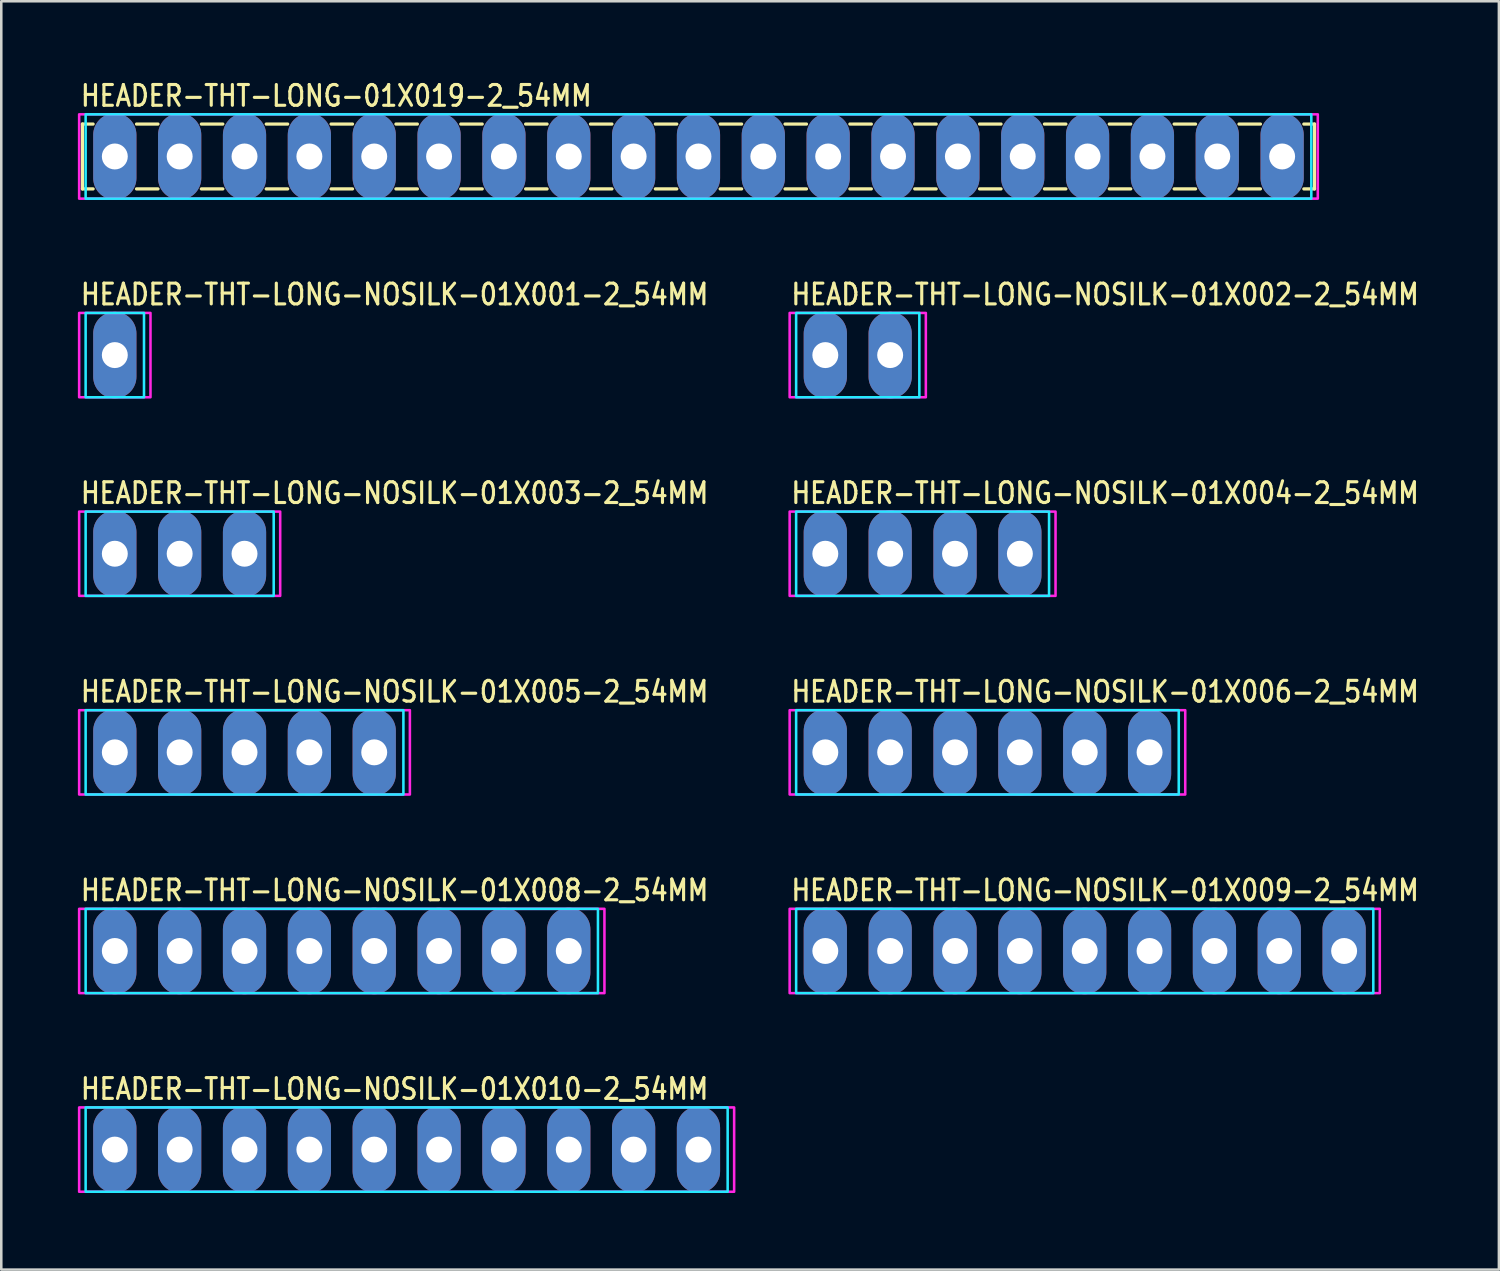
<source format=kicad_pcb>
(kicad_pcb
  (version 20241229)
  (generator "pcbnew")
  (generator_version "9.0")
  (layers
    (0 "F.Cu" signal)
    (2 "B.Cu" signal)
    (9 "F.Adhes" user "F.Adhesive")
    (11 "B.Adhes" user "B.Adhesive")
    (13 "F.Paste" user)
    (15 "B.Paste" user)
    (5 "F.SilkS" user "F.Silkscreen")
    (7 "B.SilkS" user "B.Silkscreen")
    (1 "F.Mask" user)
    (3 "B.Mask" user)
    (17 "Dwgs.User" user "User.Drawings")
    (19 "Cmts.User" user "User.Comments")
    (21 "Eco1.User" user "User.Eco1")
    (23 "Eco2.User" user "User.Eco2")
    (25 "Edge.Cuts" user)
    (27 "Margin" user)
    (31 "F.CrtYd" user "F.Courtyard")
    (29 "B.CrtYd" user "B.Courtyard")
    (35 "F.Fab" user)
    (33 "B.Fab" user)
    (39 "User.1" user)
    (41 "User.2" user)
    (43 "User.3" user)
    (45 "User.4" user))
  (footprint "HEADER-THT-LONG-NOSILK-01X003-2_54MM"
    (layer "F.Cu")
    (at 1.447 18.638)
    (property "Reference" "HEADER-THT-LONG-NOSILK-01X003-2_54MM" (at -1.4 -1.9 0) (unlocked yes) (layer "F.SilkS") (effects (font (size 0.813 0.695) (thickness 0.122)) (justify left bottom)))
    (fp_poly (pts (xy -1.143 -1.651) (xy 6.223 -1.651) (xy 6.223 1.651) (xy -1.143 1.651)) (stroke (width 0.1) (type solid)) (fill no) (layer "B.CrtYd"))
    (fp_poly (pts (xy -1.397 -1.651) (xy 6.477 -1.651) (xy 6.477 1.651) (xy -1.397 1.651)) (stroke (width 0.1) (type solid)) (fill no) (layer "F.CrtYd"))
    (pad "P$1" thru_hole oval (at 0 0 90) (size 3.387 1.693) (drill 1.016) (layers "*.Cu" "*.Mask"))
    (pad "P$2" thru_hole oval (at 2.54 0 90) (size 3.387 1.693) (drill 1.016) (layers "*.Cu" "*.Mask"))
    (pad "P$3" thru_hole oval (at 5.08 0 90) (size 3.387 1.693) (drill 1.016) (layers "*.Cu" "*.Mask")))
  (footprint "HEADER-THT-LONG-NOSILK-01X006-2_54MM"
    (layer "F.Cu")
    (at 29.275 26.417)
    (property "Reference" "HEADER-THT-LONG-NOSILK-01X006-2_54MM" (at -1.4 -1.9 0) (unlocked yes) (layer "F.SilkS") (effects (font (size 0.813 0.695) (thickness 0.122)) (justify left bottom)))
    (fp_poly (pts (xy -1.143 -1.651) (xy 13.843 -1.651) (xy 13.843 1.651) (xy -1.143 1.651)) (stroke (width 0.1) (type solid)) (fill no) (layer "B.CrtYd"))
    (fp_poly (pts (xy -1.397 -1.651) (xy 14.097 -1.651) (xy 14.097 1.651) (xy -1.397 1.651)) (stroke (width 0.1) (type solid)) (fill no) (layer "F.CrtYd"))
    (pad "P$1" thru_hole oval (at 0 0 90) (size 3.387 1.693) (drill 1.016) (layers "*.Cu" "*.Mask"))
    (pad "P$2" thru_hole oval (at 2.54 0 90) (size 3.387 1.693) (drill 1.016) (layers "*.Cu" "*.Mask"))
    (pad "P$3" thru_hole oval (at 5.08 0 90) (size 3.387 1.693) (drill 1.016) (layers "*.Cu" "*.Mask"))
    (pad "P$4" thru_hole oval (at 7.62 0 90) (size 3.387 1.693) (drill 1.016) (layers "*.Cu" "*.Mask"))
    (pad "P$5" thru_hole oval (at 10.16 0 90) (size 3.387 1.693) (drill 1.016) (layers "*.Cu" "*.Mask"))
    (pad "P$6" thru_hole oval (at 12.7 0 90) (size 3.387 1.693) (drill 1.016) (layers "*.Cu" "*.Mask")))
  (footprint "HEADER-THT-LONG-NOSILK-01X001-2_54MM"
    (layer "F.Cu")
    (at 1.447 10.858)
    (property "Reference" "HEADER-THT-LONG-NOSILK-01X001-2_54MM" (at -1.4 -1.9 0) (unlocked yes) (layer "F.SilkS") (effects (font (size 0.813 0.695) (thickness 0.122)) (justify left bottom)))
    (fp_poly (pts (xy -1.143 -1.651) (xy 1.143 -1.651) (xy 1.143 1.651) (xy -1.143 1.651)) (stroke (width 0.1) (type solid)) (fill no) (layer "B.CrtYd"))
    (fp_poly (pts (xy -1.397 -1.651) (xy 1.397 -1.651) (xy 1.397 1.651) (xy -1.397 1.651)) (stroke (width 0.1) (type solid)) (fill no) (layer "F.CrtYd"))
    (pad "P$1" thru_hole oval (at 0 0 90) (size 3.387 1.693) (drill 1.016) (layers "*.Cu" "*.Mask")))
  (footprint "HEADER-THT-LONG-NOSILK-01X002-2_54MM"
    (layer "F.Cu")
    (at 29.275 10.858)
    (property "Reference" "HEADER-THT-LONG-NOSILK-01X002-2_54MM" (at -1.4 -1.9 0) (unlocked yes) (layer "F.SilkS") (effects (font (size 0.813 0.695) (thickness 0.122)) (justify left bottom)))
    (fp_poly (pts (xy -1.143 -1.651) (xy 3.683 -1.651) (xy 3.683 1.651) (xy -1.143 1.651)) (stroke (width 0.1) (type solid)) (fill no) (layer "B.CrtYd"))
    (fp_poly (pts (xy -1.397 -1.651) (xy 3.937 -1.651) (xy 3.937 1.651) (xy -1.397 1.651)) (stroke (width 0.1) (type solid)) (fill no) (layer "F.CrtYd"))
    (pad "P$1" thru_hole oval (at 0 0 90) (size 3.387 1.693) (drill 1.016) (layers "*.Cu" "*.Mask"))
    (pad "P$2" thru_hole oval (at 2.54 0 90) (size 3.387 1.693) (drill 1.016) (layers "*.Cu" "*.Mask")))
  (footprint "HEADER-THT-LONG-NOSILK-01X008-2_54MM"
    (layer "F.Cu")
    (at 1.447 34.197)
    (property "Reference" "HEADER-THT-LONG-NOSILK-01X008-2_54MM" (at -1.4 -1.9 0) (unlocked yes) (layer "F.SilkS") (effects (font (size 0.813 0.695) (thickness 0.122)) (justify left bottom)))
    (fp_poly (pts (xy -1.143 -1.651) (xy 18.923 -1.651) (xy 18.923 1.651) (xy -1.143 1.651)) (stroke (width 0.1) (type solid)) (fill no) (layer "B.CrtYd"))
    (fp_poly (pts (xy -1.397 -1.651) (xy 19.177 -1.651) (xy 19.177 1.651) (xy -1.397 1.651)) (stroke (width 0.1) (type solid)) (fill no) (layer "F.CrtYd"))
    (pad "P$1" thru_hole oval (at 0 0 90) (size 3.387 1.693) (drill 1.016) (layers "*.Cu" "*.Mask"))
    (pad "P$2" thru_hole oval (at 2.54 0 90) (size 3.387 1.693) (drill 1.016) (layers "*.Cu" "*.Mask"))
    (pad "P$3" thru_hole oval (at 5.08 0 90) (size 3.387 1.693) (drill 1.016) (layers "*.Cu" "*.Mask"))
    (pad "P$4" thru_hole oval (at 7.62 0 90) (size 3.387 1.693) (drill 1.016) (layers "*.Cu" "*.Mask"))
    (pad "P$5" thru_hole oval (at 10.16 0 90) (size 3.387 1.693) (drill 1.016) (layers "*.Cu" "*.Mask"))
    (pad "P$6" thru_hole oval (at 12.7 0 90) (size 3.387 1.693) (drill 1.016) (layers "*.Cu" "*.Mask"))
    (pad "P$7" thru_hole oval (at 15.24 0 90) (size 3.387 1.693) (drill 1.016) (layers "*.Cu" "*.Mask"))
    (pad "P$8" thru_hole oval (at 17.78 0 90) (size 3.387 1.693) (drill 1.016) (layers "*.Cu" "*.Mask")))
  (footprint "HEADER-THT-LONG-NOSILK-01X010-2_54MM"
    (layer "F.Cu")
    (at 1.447 41.976)
    (property "Reference" "HEADER-THT-LONG-NOSILK-01X010-2_54MM" (at -1.4 -1.9 0) (unlocked yes) (layer "F.SilkS") (effects (font (size 0.813 0.695) (thickness 0.122)) (justify left bottom)))
    (fp_poly (pts (xy -1.143 -1.651) (xy 24.003 -1.651) (xy 24.003 1.651) (xy -1.143 1.651)) (stroke (width 0.1) (type solid)) (fill no) (layer "B.CrtYd"))
    (fp_poly (pts (xy -1.397 -1.651) (xy 24.257 -1.651) (xy 24.257 1.651) (xy -1.397 1.651)) (stroke (width 0.1) (type solid)) (fill no) (layer "F.CrtYd"))
    (pad "P$1" thru_hole oval (at 0 0 90) (size 3.387 1.693) (drill 1.016) (layers "*.Cu" "*.Mask"))
    (pad "P$2" thru_hole oval (at 2.54 0 90) (size 3.387 1.693) (drill 1.016) (layers "*.Cu" "*.Mask"))
    (pad "P$3" thru_hole oval (at 5.08 0 90) (size 3.387 1.693) (drill 1.016) (layers "*.Cu" "*.Mask"))
    (pad "P$4" thru_hole oval (at 7.62 0 90) (size 3.387 1.693) (drill 1.016) (layers "*.Cu" "*.Mask"))
    (pad "P$5" thru_hole oval (at 10.16 0 90) (size 3.387 1.693) (drill 1.016) (layers "*.Cu" "*.Mask"))
    (pad "P$6" thru_hole oval (at 12.7 0 90) (size 3.387 1.693) (drill 1.016) (layers "*.Cu" "*.Mask"))
    (pad "P$7" thru_hole oval (at 15.24 0 90) (size 3.387 1.693) (drill 1.016) (layers "*.Cu" "*.Mask"))
    (pad "P$8" thru_hole oval (at 17.78 0 90) (size 3.387 1.693) (drill 1.016) (layers "*.Cu" "*.Mask"))
    (pad "P$9" thru_hole oval (at 20.32 0 90) (size 3.387 1.693) (drill 1.016) (layers "*.Cu" "*.Mask"))
    (pad "P$10" thru_hole oval (at 22.86 0 90) (size 3.387 1.693) (drill 1.016) (layers "*.Cu" "*.Mask")))
  (footprint "HEADER-THT-LONG-NOSILK-01X009-2_54MM"
    (layer "F.Cu")
    (at 29.275 34.197)
    (property "Reference" "HEADER-THT-LONG-NOSILK-01X009-2_54MM" (at -1.4 -1.9 0) (unlocked yes) (layer "F.SilkS") (effects (font (size 0.813 0.695) (thickness 0.122)) (justify left bottom)))
    (fp_poly (pts (xy -1.143 -1.651) (xy 21.463 -1.651) (xy 21.463 1.651) (xy -1.143 1.651)) (stroke (width 0.1) (type solid)) (fill no) (layer "B.CrtYd"))
    (fp_poly (pts (xy -1.397 -1.651) (xy 21.717 -1.651) (xy 21.717 1.651) (xy -1.397 1.651)) (stroke (width 0.1) (type solid)) (fill no) (layer "F.CrtYd"))
    (pad "P$1" thru_hole oval (at 0 0 90) (size 3.387 1.693) (drill 1.016) (layers "*.Cu" "*.Mask"))
    (pad "P$2" thru_hole oval (at 2.54 0 90) (size 3.387 1.693) (drill 1.016) (layers "*.Cu" "*.Mask"))
    (pad "P$3" thru_hole oval (at 5.08 0 90) (size 3.387 1.693) (drill 1.016) (layers "*.Cu" "*.Mask"))
    (pad "P$4" thru_hole oval (at 7.62 0 90) (size 3.387 1.693) (drill 1.016) (layers "*.Cu" "*.Mask"))
    (pad "P$5" thru_hole oval (at 10.16 0 90) (size 3.387 1.693) (drill 1.016) (layers "*.Cu" "*.Mask"))
    (pad "P$6" thru_hole oval (at 12.7 0 90) (size 3.387 1.693) (drill 1.016) (layers "*.Cu" "*.Mask"))
    (pad "P$7" thru_hole oval (at 15.24 0 90) (size 3.387 1.693) (drill 1.016) (layers "*.Cu" "*.Mask"))
    (pad "P$8" thru_hole oval (at 17.78 0 90) (size 3.387 1.693) (drill 1.016) (layers "*.Cu" "*.Mask"))
    (pad "P$9" thru_hole oval (at 20.32 0 90) (size 3.387 1.693) (drill 1.016) (layers "*.Cu" "*.Mask")))
  (footprint "HEADER-THT-LONG-NOSILK-01X004-2_54MM"
    (layer "F.Cu")
    (at 29.275 18.638)
    (property "Reference" "HEADER-THT-LONG-NOSILK-01X004-2_54MM" (at -1.4 -1.9 0) (unlocked yes) (layer "F.SilkS") (effects (font (size 0.813 0.695) (thickness 0.122)) (justify left bottom)))
    (fp_poly (pts (xy -1.143 -1.651) (xy 8.763 -1.651) (xy 8.763 1.651) (xy -1.143 1.651)) (stroke (width 0.1) (type solid)) (fill no) (layer "B.CrtYd"))
    (fp_poly (pts (xy -1.397 -1.651) (xy 9.017 -1.651) (xy 9.017 1.651) (xy -1.397 1.651)) (stroke (width 0.1) (type solid)) (fill no) (layer "F.CrtYd"))
    (pad "P$1" thru_hole oval (at 0 0 90) (size 3.387 1.693) (drill 1.016) (layers "*.Cu" "*.Mask"))
    (pad "P$2" thru_hole oval (at 2.54 0 90) (size 3.387 1.693) (drill 1.016) (layers "*.Cu" "*.Mask"))
    (pad "P$3" thru_hole oval (at 5.08 0 90) (size 3.387 1.693) (drill 1.016) (layers "*.Cu" "*.Mask"))
    (pad "P$4" thru_hole oval (at 7.62 0 90) (size 3.387 1.693) (drill 1.016) (layers "*.Cu" "*.Mask")))
  (footprint "HEADER-THT-LONG-NOSILK-01X005-2_54MM"
    (layer "F.Cu")
    (at 1.447 26.417)
    (property "Reference" "HEADER-THT-LONG-NOSILK-01X005-2_54MM" (at -1.4 -1.9 0) (unlocked yes) (layer "F.SilkS") (effects (font (size 0.813 0.695) (thickness 0.122)) (justify left bottom)))
    (fp_poly (pts (xy -1.143 -1.651) (xy 11.303 -1.651) (xy 11.303 1.651) (xy -1.143 1.651)) (stroke (width 0.1) (type solid)) (fill no) (layer "B.CrtYd"))
    (fp_poly (pts (xy -1.397 -1.651) (xy 11.557 -1.651) (xy 11.557 1.651) (xy -1.397 1.651)) (stroke (width 0.1) (type solid)) (fill no) (layer "F.CrtYd"))
    (pad "P$1" thru_hole oval (at 0 0 90) (size 3.387 1.693) (drill 1.016) (layers "*.Cu" "*.Mask"))
    (pad "P$2" thru_hole oval (at 2.54 0 90) (size 3.387 1.693) (drill 1.016) (layers "*.Cu" "*.Mask"))
    (pad "P$3" thru_hole oval (at 5.08 0 90) (size 3.387 1.693) (drill 1.016) (layers "*.Cu" "*.Mask"))
    (pad "P$4" thru_hole oval (at 7.62 0 90) (size 3.387 1.693) (drill 1.016) (layers "*.Cu" "*.Mask"))
    (pad "P$5" thru_hole oval (at 10.16 0 90) (size 3.387 1.693) (drill 1.016) (layers "*.Cu" "*.Mask")))
  (footprint "HEADER-THT-LONG-01X019-2_54MM"
    (layer "F.Cu")
    (at 1.447 3.079)
    (property "Reference" "HEADER-THT-LONG-01X019-2_54MM" (at -1.4 -1.9 0) (unlocked yes) (layer "F.SilkS") (effects (font (size 0.813 0.695) (thickness 0.122)) (justify left bottom)))
    (fp_line (start -1.27 -1.27) (end -1.27 1.27) (stroke (width 0.127) (type solid)) (layer "F.SilkS"))
    (fp_line (start -1.27 1.27) (end -0.85 1.27) (stroke (width 0.127) (type solid)) (layer "F.SilkS"))
    (fp_line (start -0.85 -1.27) (end -1.27 -1.27) (stroke (width 0.127) (type solid)) (layer "F.SilkS"))
    (fp_line (start 0.85 -1.27) (end 1.69 -1.27) (stroke (width 0.127) (type solid)) (layer "F.SilkS"))
    (fp_line (start 0.85 1.27) (end 1.69 1.27) (stroke (width 0.127) (type solid)) (layer "F.SilkS"))
    (fp_line (start 3.39 -1.27) (end 4.23 -1.27) (stroke (width 0.127) (type solid)) (layer "F.SilkS"))
    (fp_line (start 3.39 1.27) (end 4.23 1.27) (stroke (width 0.127) (type solid)) (layer "F.SilkS"))
    (fp_line (start 5.93 -1.27) (end 6.77 -1.27) (stroke (width 0.127) (type solid)) (layer "F.SilkS"))
    (fp_line (start 5.93 1.27) (end 6.77 1.27) (stroke (width 0.127) (type solid)) (layer "F.SilkS"))
    (fp_line (start 8.47 -1.27) (end 9.31 -1.27) (stroke (width 0.127) (type solid)) (layer "F.SilkS"))
    (fp_line (start 8.47 1.27) (end 9.31 1.27) (stroke (width 0.127) (type solid)) (layer "F.SilkS"))
    (fp_line (start 11.01 -1.27) (end 11.85 -1.27) (stroke (width 0.127) (type solid)) (layer "F.SilkS"))
    (fp_line (start 11.01 1.27) (end 11.85 1.27) (stroke (width 0.127) (type solid)) (layer "F.SilkS"))
    (fp_line (start 13.55 -1.27) (end 14.39 -1.27) (stroke (width 0.127) (type solid)) (layer "F.SilkS"))
    (fp_line (start 13.55 1.27) (end 14.39 1.27) (stroke (width 0.127) (type solid)) (layer "F.SilkS"))
    (fp_line (start 16.09 -1.27) (end 16.93 -1.27) (stroke (width 0.127) (type solid)) (layer "F.SilkS"))
    (fp_line (start 16.09 1.27) (end 16.93 1.27) (stroke (width 0.127) (type solid)) (layer "F.SilkS"))
    (fp_line (start 18.63 -1.27) (end 19.47 -1.27) (stroke (width 0.127) (type solid)) (layer "F.SilkS"))
    (fp_line (start 18.63 1.27) (end 19.47 1.27) (stroke (width 0.127) (type solid)) (layer "F.SilkS"))
    (fp_line (start 21.17 -1.27) (end 22.01 -1.27) (stroke (width 0.127) (type solid)) (layer "F.SilkS"))
    (fp_line (start 21.17 1.27) (end 22.01 1.27) (stroke (width 0.127) (type solid)) (layer "F.SilkS"))
    (fp_line (start 23.71 -1.27) (end 24.55 -1.27) (stroke (width 0.127) (type solid)) (layer "F.SilkS"))
    (fp_line (start 23.71 1.27) (end 24.55 1.27) (stroke (width 0.127) (type solid)) (layer "F.SilkS"))
    (fp_line (start 26.25 -1.27) (end 27.09 -1.27) (stroke (width 0.127) (type solid)) (layer "F.SilkS"))
    (fp_line (start 26.25 1.27) (end 27.09 1.27) (stroke (width 0.127) (type solid)) (layer "F.SilkS"))
    (fp_line (start 28.79 -1.27) (end 29.63 -1.27) (stroke (width 0.127) (type solid)) (layer "F.SilkS"))
    (fp_line (start 28.79 1.27) (end 29.63 1.27) (stroke (width 0.127) (type solid)) (layer "F.SilkS"))
    (fp_line (start 31.33 -1.27) (end 32.17 -1.27) (stroke (width 0.127) (type solid)) (layer "F.SilkS"))
    (fp_line (start 31.33 1.27) (end 32.17 1.27) (stroke (width 0.127) (type solid)) (layer "F.SilkS"))
    (fp_line (start 33.87 -1.27) (end 34.71 -1.27) (stroke (width 0.127) (type solid)) (layer "F.SilkS"))
    (fp_line (start 33.87 1.27) (end 34.71 1.27) (stroke (width 0.127) (type solid)) (layer "F.SilkS"))
    (fp_line (start 36.41 -1.27) (end 37.25 -1.27) (stroke (width 0.127) (type solid)) (layer "F.SilkS"))
    (fp_line (start 36.41 1.27) (end 37.25 1.27) (stroke (width 0.127) (type solid)) (layer "F.SilkS"))
    (fp_line (start 38.95 -1.27) (end 39.79 -1.27) (stroke (width 0.127) (type solid)) (layer "F.SilkS"))
    (fp_line (start 38.95 1.27) (end 39.79 1.27) (stroke (width 0.127) (type solid)) (layer "F.SilkS"))
    (fp_line (start 41.49 -1.27) (end 42.33 -1.27) (stroke (width 0.127) (type solid)) (layer "F.SilkS"))
    (fp_line (start 41.49 1.27) (end 42.33 1.27) (stroke (width 0.127) (type solid)) (layer "F.SilkS"))
    (fp_line (start 44.03 -1.27) (end 44.87 -1.27) (stroke (width 0.127) (type solid)) (layer "F.SilkS"))
    (fp_line (start 44.03 1.27) (end 44.87 1.27) (stroke (width 0.127) (type solid)) (layer "F.SilkS"))
    (fp_line (start 46.57 -1.27) (end 46.99 -1.27) (stroke (width 0.127) (type solid)) (layer "F.SilkS"))
    (fp_line (start 46.99 -1.27) (end 46.99 1.27) (stroke (width 0.127) (type solid)) (layer "F.SilkS"))
    (fp_line (start 46.99 1.27) (end 46.57 1.27) (stroke (width 0.127) (type solid)) (layer "F.SilkS"))
    (fp_poly (pts (xy -1.143 -1.651) (xy 46.863 -1.651) (xy 46.863 1.651) (xy -1.143 1.651)) (stroke (width 0.1) (type solid)) (fill no) (layer "B.CrtYd"))
    (fp_poly (pts (xy -1.397 -1.651) (xy 47.117 -1.651) (xy 47.117 1.651) (xy -1.397 1.651)) (stroke (width 0.1) (type solid)) (fill no) (layer "F.CrtYd"))
    (pad "P$1" thru_hole oval (at 0 0 90) (size 3.387 1.693) (drill 1.016) (layers "*.Cu" "*.Mask"))
    (pad "P$2" thru_hole oval (at 2.54 0 90) (size 3.387 1.693) (drill 1.016) (layers "*.Cu" "*.Mask"))
    (pad "P$3" thru_hole oval (at 5.08 0 90) (size 3.387 1.693) (drill 1.016) (layers "*.Cu" "*.Mask"))
    (pad "P$4" thru_hole oval (at 7.62 0 90) (size 3.387 1.693) (drill 1.016) (layers "*.Cu" "*.Mask"))
    (pad "P$5" thru_hole oval (at 10.16 0 90) (size 3.387 1.693) (drill 1.016) (layers "*.Cu" "*.Mask"))
    (pad "P$6" thru_hole oval (at 12.7 0 90) (size 3.387 1.693) (drill 1.016) (layers "*.Cu" "*.Mask"))
    (pad "P$7" thru_hole oval (at 15.24 0 90) (size 3.387 1.693) (drill 1.016) (layers "*.Cu" "*.Mask"))
    (pad "P$8" thru_hole oval (at 17.78 0 90) (size 3.387 1.693) (drill 1.016) (layers "*.Cu" "*.Mask"))
    (pad "P$9" thru_hole oval (at 20.32 0 90) (size 3.387 1.693) (drill 1.016) (layers "*.Cu" "*.Mask"))
    (pad "P$10" thru_hole oval (at 22.86 0 90) (size 3.387 1.693) (drill 1.016) (layers "*.Cu" "*.Mask"))
    (pad "P$11" thru_hole oval (at 25.4 0 90) (size 3.387 1.693) (drill 1.016) (layers "*.Cu" "*.Mask"))
    (pad "P$12" thru_hole oval (at 27.94 0 90) (size 3.387 1.693) (drill 1.016) (layers "*.Cu" "*.Mask"))
    (pad "P$13" thru_hole oval (at 30.48 0 90) (size 3.387 1.693) (drill 1.016) (layers "*.Cu" "*.Mask"))
    (pad "P$14" thru_hole oval (at 33.02 0 90) (size 3.387 1.693) (drill 1.016) (layers "*.Cu" "*.Mask"))
    (pad "P$15" thru_hole oval (at 35.56 0 90) (size 3.387 1.693) (drill 1.016) (layers "*.Cu" "*.Mask"))
    (pad "P$16" thru_hole oval (at 38.1 0 90) (size 3.387 1.693) (drill 1.016) (layers "*.Cu" "*.Mask"))
    (pad "P$17" thru_hole oval (at 40.64 0 90) (size 3.387 1.693) (drill 1.016) (layers "*.Cu" "*.Mask"))
    (pad "P$18" thru_hole oval (at 43.18 0 90) (size 3.387 1.693) (drill 1.016) (layers "*.Cu" "*.Mask"))
    (pad "P$19" thru_hole oval (at 45.72 0 90) (size 3.387 1.693) (drill 1.016) (layers "*.Cu" "*.Mask")))
  (gr_rect
    (start -3 -3)
    (end 55.657 46.677)
    (stroke (width 0.1) (type default))
    (fill no)
    (layer "Edge.Cuts")))
</source>
